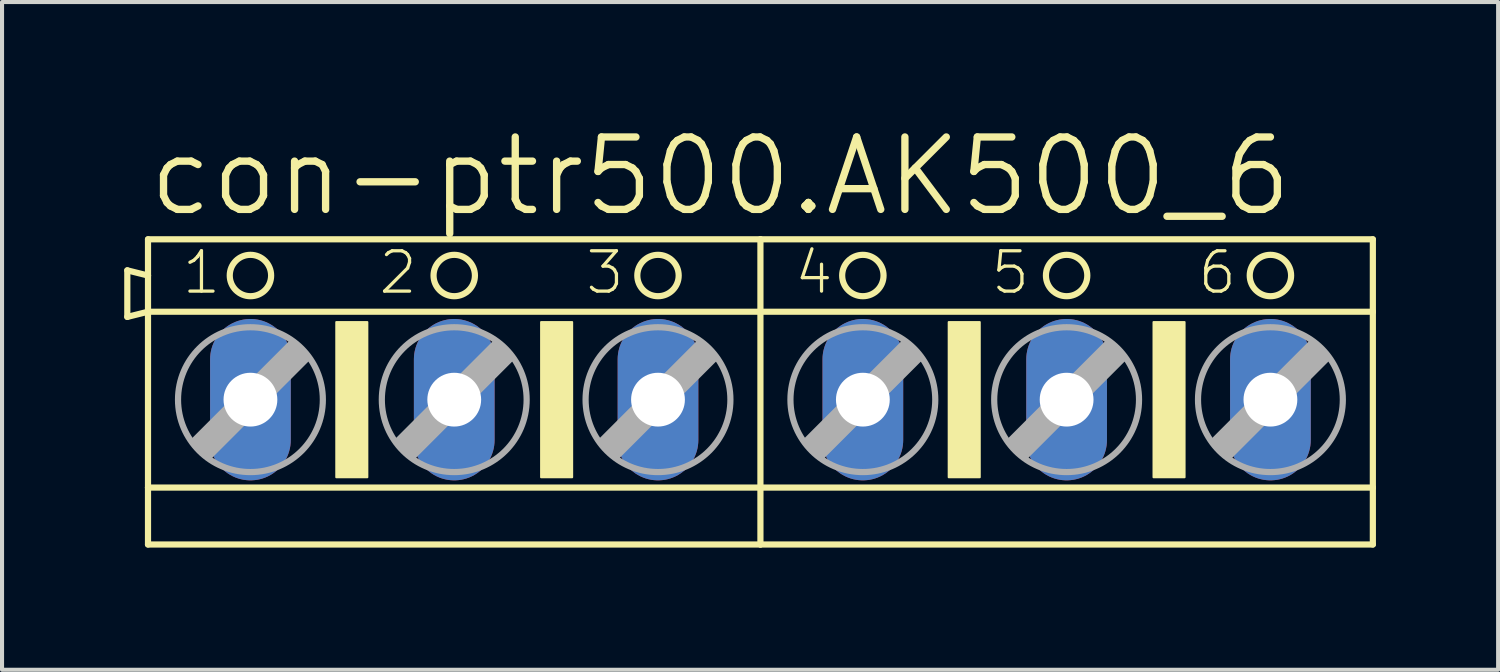
<source format=kicad_pcb>
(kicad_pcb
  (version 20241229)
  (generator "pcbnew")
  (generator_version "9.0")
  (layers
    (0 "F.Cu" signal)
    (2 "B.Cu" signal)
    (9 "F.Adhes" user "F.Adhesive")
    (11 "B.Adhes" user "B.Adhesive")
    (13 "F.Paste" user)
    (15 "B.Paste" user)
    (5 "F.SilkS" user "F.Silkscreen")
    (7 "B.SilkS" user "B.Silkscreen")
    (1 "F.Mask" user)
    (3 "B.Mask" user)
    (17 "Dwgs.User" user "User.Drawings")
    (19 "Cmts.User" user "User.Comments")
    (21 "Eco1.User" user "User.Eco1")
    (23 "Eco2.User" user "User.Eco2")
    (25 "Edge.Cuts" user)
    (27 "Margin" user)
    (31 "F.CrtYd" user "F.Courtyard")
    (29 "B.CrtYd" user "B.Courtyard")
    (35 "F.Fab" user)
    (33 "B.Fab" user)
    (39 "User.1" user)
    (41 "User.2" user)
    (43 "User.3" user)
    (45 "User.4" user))
  (footprint "con-ptr500.AK500_6"
    (layer "F.Cu")
    (at 15.621 6.763)
    (property "Reference" "con-ptr500.AK500_6" (at -15.113 -4.445 0) (layer "F.SilkS") (effects (font (size 1.778 1.778) (thickness 0.18)) (justify left bottom)))
    (attr through_hole)
    (fp_line (start -15.545 -3.175) (end -15.545 -2.032) (stroke (width 0.152) (type default)) (layer "F.SilkS"))
    (fp_line (start -15.545 -2.032) (end -15.037 -2.159) (stroke (width 0.152) (type default)) (layer "F.SilkS"))
    (fp_line (start -15.037 -3.048) (end -15.545 -3.175) (stroke (width 0.152) (type default)) (layer "F.SilkS"))
    (fp_line (start -15.037 -3.048) (end -15.037 -3.937) (stroke (width 0.152) (type default)) (layer "F.SilkS"))
    (fp_line (start -15.037 -2.159) (end -15.037 -3.048) (stroke (width 0.152) (type default)) (layer "F.SilkS"))
    (fp_line (start -15.037 -2.159) (end 0 -2.159) (stroke (width 0.152) (type default)) (layer "F.SilkS"))
    (fp_line (start -15.037 2.159) (end -15.037 -2.159) (stroke (width 0.152) (type default)) (layer "F.SilkS"))
    (fp_line (start -15.037 2.159) (end 0 2.159) (stroke (width 0.152) (type default)) (layer "F.SilkS"))
    (fp_line (start -15.037 3.556) (end -15.037 2.159) (stroke (width 0.152) (type default)) (layer "F.SilkS"))
    (fp_line (start -15.037 3.556) (end 0 3.556) (stroke (width 0.152) (type default)) (layer "F.SilkS"))
    (fp_line (start 0 -3.937) (end -15.037 -3.937) (stroke (width 0.152) (type default)) (layer "F.SilkS"))
    (fp_line (start 0 -2.159) (end 0 -3.937) (stroke (width 0.152) (type default)) (layer "F.SilkS"))
    (fp_line (start 0 -2.159) (end 15.037 -2.159) (stroke (width 0.152) (type default)) (layer "F.SilkS"))
    (fp_line (start 0 2.159) (end 0 -2.159) (stroke (width 0.152) (type default)) (layer "F.SilkS"))
    (fp_line (start 0 2.159) (end 15.037 2.159) (stroke (width 0.152) (type default)) (layer "F.SilkS"))
    (fp_line (start 0 3.556) (end 0 2.159) (stroke (width 0.152) (type default)) (layer "F.SilkS"))
    (fp_line (start 0 3.556) (end 15.037 3.556) (stroke (width 0.152) (type default)) (layer "F.SilkS"))
    (fp_line (start 15.037 -3.937) (end 0 -3.937) (stroke (width 0.152) (type default)) (layer "F.SilkS"))
    (fp_line (start 15.037 -3.937) (end 15.037 -2.159) (stroke (width 0.152) (type default)) (layer "F.SilkS"))
    (fp_line (start 15.037 -2.159) (end 15.037 2.159) (stroke (width 0.152) (type default)) (layer "F.SilkS"))
    (fp_line (start 15.037 2.159) (end 15.037 3.556) (stroke (width 0.152) (type default)) (layer "F.SilkS"))
    (fp_rect (start -10.414 1.905) (end -9.652 -1.905) (stroke (width 0.05) (type default)) (fill yes) (layer "F.SilkS"))
    (fp_rect (start -5.385 1.905) (end -4.623 -1.905) (stroke (width 0.05) (type default)) (fill yes) (layer "F.SilkS"))
    (fp_rect (start 4.623 1.905) (end 5.385 -1.905) (stroke (width 0.05) (type default)) (fill yes) (layer "F.SilkS"))
    (fp_rect (start 9.652 1.905) (end 10.414 -1.905) (stroke (width 0.05) (type default)) (fill yes) (layer "F.SilkS"))
    (fp_circle (center -12.522 -3.048) (end -12.014 -3.048) (stroke (width 0.152) (type default)) (fill no) (layer "F.SilkS"))
    (fp_circle (center -7.518 -3.048) (end -7.01 -3.048) (stroke (width 0.152) (type default)) (fill no) (layer "F.SilkS"))
    (fp_circle (center -2.515 -3.048) (end -2.007 -3.048) (stroke (width 0.152) (type default)) (fill no) (layer "F.SilkS"))
    (fp_circle (center 2.515 -3.048) (end 3.023 -3.048) (stroke (width 0.152) (type default)) (fill no) (layer "F.SilkS"))
    (fp_circle (center 7.518 -3.048) (end 8.026 -3.048) (stroke (width 0.152) (type default)) (fill no) (layer "F.SilkS"))
    (fp_circle (center 12.522 -3.048) (end 13.03 -3.048) (stroke (width 0.152) (type default)) (fill no) (layer "F.SilkS"))
    (fp_line (start -13.919 1.016) (end -13.538 1.397) (stroke (width 0.152) (type default)) (layer "F.Fab"))
    (fp_line (start -13.919 1.016) (end -11.506 -1.397) (stroke (width 0.152) (type default)) (layer "F.Fab"))
    (fp_line (start -13.538 1.016) (end -11.506 -1.016) (stroke (width 0.61) (type default)) (layer "F.Fab"))
    (fp_line (start -13.538 1.397) (end -11.125 -1.016) (stroke (width 0.152) (type default)) (layer "F.Fab"))
    (fp_line (start -11.506 -1.397) (end -11.125 -1.016) (stroke (width 0.152) (type default)) (layer "F.Fab"))
    (fp_line (start -8.915 1.016) (end -8.534 1.397) (stroke (width 0.152) (type default)) (layer "F.Fab"))
    (fp_line (start -8.915 1.016) (end -6.502 -1.397) (stroke (width 0.152) (type default)) (layer "F.Fab"))
    (fp_line (start -8.534 1.016) (end -6.502 -1.016) (stroke (width 0.61) (type default)) (layer "F.Fab"))
    (fp_line (start -8.534 1.397) (end -6.121 -1.016) (stroke (width 0.152) (type default)) (layer "F.Fab"))
    (fp_line (start -6.502 -1.397) (end -6.121 -1.016) (stroke (width 0.152) (type default)) (layer "F.Fab"))
    (fp_line (start -3.912 1.016) (end -3.531 1.397) (stroke (width 0.152) (type default)) (layer "F.Fab"))
    (fp_line (start -3.912 1.016) (end -1.499 -1.397) (stroke (width 0.152) (type default)) (layer "F.Fab"))
    (fp_line (start -3.531 1.016) (end -1.499 -1.016) (stroke (width 0.61) (type default)) (layer "F.Fab"))
    (fp_line (start -3.531 1.397) (end -1.118 -1.016) (stroke (width 0.152) (type default)) (layer "F.Fab"))
    (fp_line (start -1.499 -1.397) (end -1.118 -1.016) (stroke (width 0.152) (type default)) (layer "F.Fab"))
    (fp_line (start 1.118 1.016) (end 1.499 1.397) (stroke (width 0.152) (type default)) (layer "F.Fab"))
    (fp_line (start 1.118 1.016) (end 3.531 -1.397) (stroke (width 0.152) (type default)) (layer "F.Fab"))
    (fp_line (start 1.499 1.016) (end 3.531 -1.016) (stroke (width 0.61) (type default)) (layer "F.Fab"))
    (fp_line (start 1.499 1.397) (end 3.912 -1.016) (stroke (width 0.152) (type default)) (layer "F.Fab"))
    (fp_line (start 3.531 -1.397) (end 3.912 -1.016) (stroke (width 0.152) (type default)) (layer "F.Fab"))
    (fp_line (start 6.121 1.016) (end 6.502 1.397) (stroke (width 0.152) (type default)) (layer "F.Fab"))
    (fp_line (start 6.121 1.016) (end 8.534 -1.397) (stroke (width 0.152) (type default)) (layer "F.Fab"))
    (fp_line (start 6.502 1.016) (end 8.534 -1.016) (stroke (width 0.61) (type default)) (layer "F.Fab"))
    (fp_line (start 6.502 1.397) (end 8.915 -1.016) (stroke (width 0.152) (type default)) (layer "F.Fab"))
    (fp_line (start 8.534 -1.397) (end 8.915 -1.016) (stroke (width 0.152) (type default)) (layer "F.Fab"))
    (fp_line (start 11.125 1.016) (end 11.506 1.397) (stroke (width 0.152) (type default)) (layer "F.Fab"))
    (fp_line (start 11.125 1.016) (end 13.538 -1.397) (stroke (width 0.152) (type default)) (layer "F.Fab"))
    (fp_line (start 11.506 1.016) (end 13.538 -1.016) (stroke (width 0.61) (type default)) (layer "F.Fab"))
    (fp_line (start 11.506 1.397) (end 13.919 -1.016) (stroke (width 0.152) (type default)) (layer "F.Fab"))
    (fp_line (start 13.538 -1.397) (end 13.919 -1.016) (stroke (width 0.152) (type default)) (layer "F.Fab"))
    (fp_circle (center -12.522 0) (end -10.744 0) (stroke (width 0.152) (type default)) (fill no) (layer "F.Fab"))
    (fp_circle (center -7.518 0) (end -5.74 0) (stroke (width 0.152) (type default)) (fill no) (layer "F.Fab"))
    (fp_circle (center -2.515 0) (end -0.737 0) (stroke (width 0.152) (type default)) (fill no) (layer "F.Fab"))
    (fp_circle (center 2.515 0) (end 4.293 0) (stroke (width 0.152) (type default)) (fill no) (layer "F.Fab"))
    (fp_circle (center 7.518 0) (end 9.296 0) (stroke (width 0.152) (type default)) (fill no) (layer "F.Fab"))
    (fp_circle (center 12.522 0) (end 14.3 0) (stroke (width 0.152) (type default)) (fill no) (layer "F.Fab"))
    (fp_text user "3" (at -4.343 -2.54 0) (layer "F.SilkS") (effects (font (size 0.991 0.991) (thickness 0.08)) (justify left bottom)))
    (fp_text user "1" (at -14.249 -2.54 0) (layer "F.SilkS") (effects (font (size 0.991 0.991) (thickness 0.08)) (justify left bottom)))
    (fp_text user "6" (at 10.693 -2.54 0) (layer "F.SilkS") (effects (font (size 0.991 0.991) (thickness 0.08)) (justify left bottom)))
    (fp_text user "4" (at 0.787 -2.54 0) (layer "F.SilkS") (effects (font (size 0.991 0.991) (thickness 0.08)) (justify left bottom)))
    (fp_text user "5" (at 5.613 -2.54 0) (layer "F.SilkS") (effects (font (size 0.991 0.991) (thickness 0.08)) (justify left bottom)))
    (fp_text user "2" (at -9.423 -2.54 0) (layer "F.SilkS") (effects (font (size 0.991 0.991) (thickness 0.08)) (justify left bottom)))
    (pad "1" thru_hole oval (at -12.522 0 90) (size 3.962 1.981) (drill 1.321) (layers "*.Cu" "*.Mask"))
    (pad "2" thru_hole oval (at -7.518 0 90) (size 3.962 1.981) (drill 1.321) (layers "*.Cu" "*.Mask"))
    (pad "3" thru_hole oval (at -2.515 0 90) (size 3.962 1.981) (drill 1.321) (layers "*.Cu" "*.Mask"))
    (pad "4" thru_hole oval (at 2.515 0 90) (size 3.962 1.981) (drill 1.321) (layers "*.Cu" "*.Mask"))
    (pad "5" thru_hole oval (at 7.518 0 90) (size 3.962 1.981) (drill 1.321) (layers "*.Cu" "*.Mask"))
    (pad "6" thru_hole oval (at 12.522 0 90) (size 3.962 1.981) (drill 1.321) (layers "*.Cu" "*.Mask")))
  (gr_rect
    (start -3 -3)
    (end 33.734 13.395)
    (stroke (width 0.1) (type default))
    (fill no)
    (layer "Edge.Cuts")))
</source>
